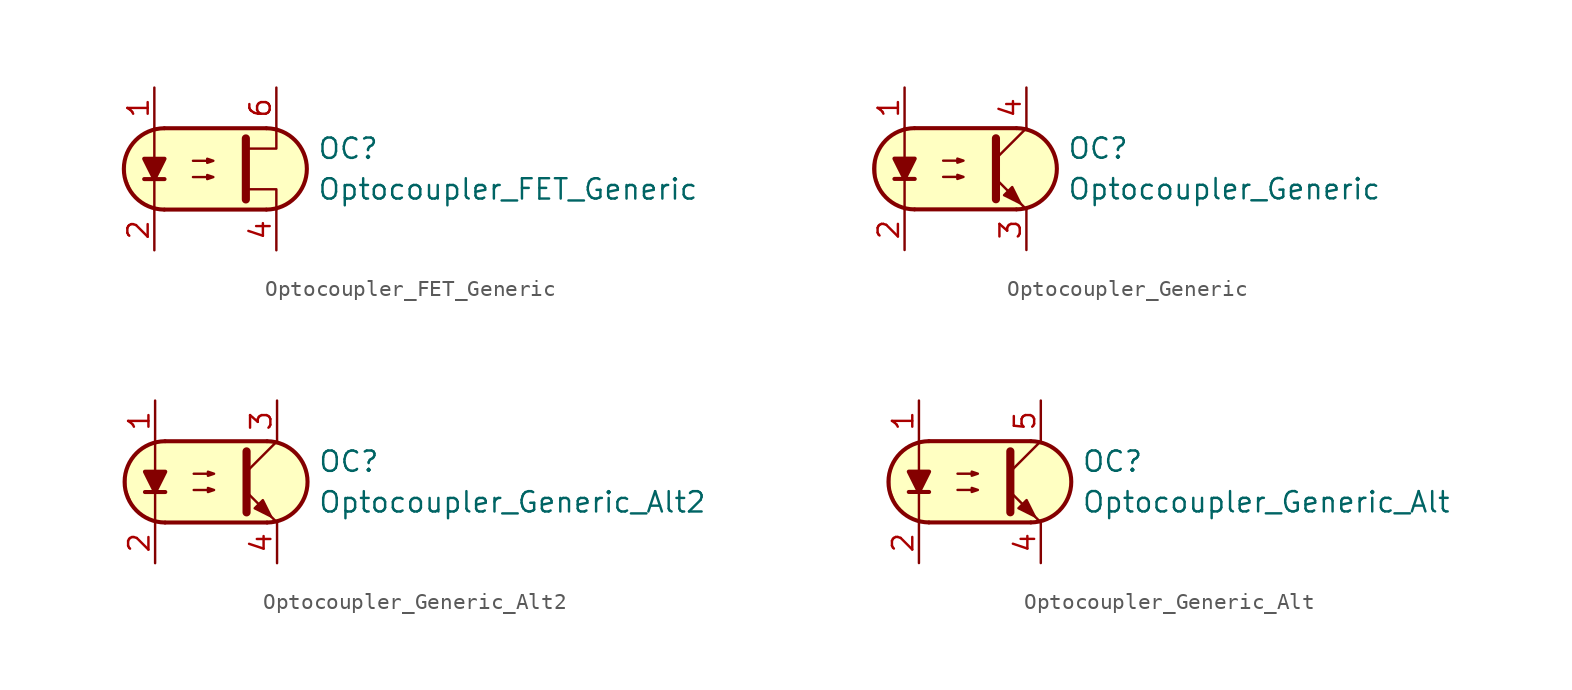
<source format=kicad_sym>
(kicad_symbol_lib
  (version 20211014)
  (generator kicad_symbol_editor)
  (symbol "Optocoupler_FET_Generic"
    (pin_names
      (offset 1.016))
    (property "Reference" "OC"
      (at 6.35 1.27 0)
      (effects (font (size 1.27 1.27)) (justify left)))
    (property "Value" "Optocoupler_FET_Generic"
      (at 6.35 -1.27 0)
      (effects (font (size 1.27 1.27)) (justify left)))
    (symbol "Optocoupler_FET_Generic_0_1"
      (arc (start -3.1975 2.54) (mid -5.7151 0) (end -3.1975 -2.54) (stroke (width 0.254) (type default) (color 0 0 0 0)) (fill (type none)))
      (polyline (pts (xy -4.445 -0.635) (xy -3.175 -0.635)) (stroke (width 0.254) (type default) (color 0 0 0 0)) (fill (type none)))
      (polyline (pts (xy -3.175 2.54) (xy 3.175 2.54)) (stroke (width 0.254) (type default) (color 0 0 0 0)) (fill (type none)))
      (polyline (pts (xy 3.175 -2.54) (xy -3.175 -2.54)) (stroke (width 0.254) (type default) (color 0 0 0 0)) (fill (type none)))
      (polyline (pts (xy -3.81 -2.54) (xy -3.81 -1.27) (xy -3.81 2.54)) (stroke (width 0.152) (type default) (color 0 0 0 0)) (fill (type none)))
      (polyline (pts (xy 1.905 -1.27) (xy 3.81 -1.27) (xy 3.81 -2.54)) (stroke (width 0.152) (type default) (color 0 0 0 0)) (fill (type none)))
      (polyline (pts (xy 1.905 1.27) (xy 3.81 1.27) (xy 3.81 2.54)) (stroke (width 0.152) (type default) (color 0 0 0 0)) (fill (type none)))
      (polyline (pts (xy 1.905 1.905) (xy 1.905 -1.905) (xy 1.905 -1.905)) (stroke (width 0.508) (type default) (color 0 0 0 0)) (fill (type none)))
      (polyline (pts (xy -3.81 -0.635) (xy -4.445 0.635) (xy -3.175 0.635) (xy -3.81 -0.635)) (stroke (width 0.254) (type default) (color 0 0 0 0)) (fill (type outline)))
      (polyline (pts (xy -1.397 -0.508) (xy -0.127 -0.508) (xy -0.508 -0.635) (xy -0.508 -0.381) (xy -0.127 -0.508)) (stroke (width 0) (type default) (color 0 0 0 0)) (fill (type none)))
      (polyline (pts (xy -1.397 0.508) (xy -0.127 0.508) (xy -0.508 0.381) (xy -0.508 0.635) (xy -0.127 0.508)) (stroke (width 0) (type default) (color 0 0 0 0)) (fill (type none)))
      (polyline (pts (xy -2.54 2.54) (xy 3.429 2.54) (xy 4.318 2.286) (xy 4.699 2.032) (xy 5.08 1.651) (xy 5.461 1.016) (xy 5.715 0.381) (xy 5.715 -0.381) (xy 5.461 -1.143) (xy 4.826 -1.905) (xy 4.191 -2.286) (xy 3.302 -2.54) (xy -3.81 -2.54) (xy -3.81 -2.54) (xy -4.572 -2.032) (xy -5.08 -1.778) (xy -5.588 -0.508) (xy -5.588 0.254) (xy -5.588 1.016) (xy -5.08 1.778) (xy -4.318 2.286) (xy -3.556 2.54) (xy -2.54 2.54)) (stroke (width 0.01) (type default) (color 0 0 0 0)) (fill (type background)))
      (arc (start 3.1975 -2.54) (mid 5.7151 0) (end 3.1975 2.54) (stroke (width 0.254) (type default) (color 0 0 0 0)) (fill (type none))))
    (symbol "Optocoupler_FET_Generic_1_1"
      (pin passive line (at -3.81 5.08 270) (length 2.54) (name "~" (effects (font (size 1.27 1.27)))) (number "1" (effects (font (size 1.27 1.27)))))
      (pin passive line (at -3.81 -5.08 90) (length 2.54) (name "~" (effects (font (size 1.27 1.27)))) (number "2" (effects (font (size 1.27 1.27)))))
      (pin passive line (at 3.81 -5.08 90) (length 2.54) (name "~" (effects (font (size 1.27 1.27)))) (number "4" (effects (font (size 1.27 1.27)))))
      (pin passive line (at 3.81 5.08 270) (length 2.54) (name "~" (effects (font (size 1.27 1.27)))) (number "6" (effects (font (size 1.27 1.27)))))))
  (symbol "Optocoupler_Generic"
    (pin_names
      (offset 1.016))
    (property "Reference" "OC"
      (at 6.35 1.27 0)
      (effects (font (size 1.27 1.27)) (justify left)))
    (property "Value" "Optocoupler_Generic"
      (at 6.35 -1.27 0)
      (effects (font (size 1.27 1.27)) (justify left)))
    (symbol "Optocoupler_Generic_0_1"
      (arc (start -3.1975 2.54) (mid -5.7151 0) (end -3.1975 -2.54) (stroke (width 0.254) (type default) (color 0 0 0 0)) (fill (type none)))
      (polyline (pts (xy -4.445 -0.635) (xy -3.175 -0.635)) (stroke (width 0.254) (type default) (color 0 0 0 0)) (fill (type none)))
      (polyline (pts (xy -3.175 2.54) (xy 3.175 2.54)) (stroke (width 0.254) (type default) (color 0 0 0 0)) (fill (type none)))
      (polyline (pts (xy 1.905 0.635) (xy 3.81 2.54)) (stroke (width 0) (type default) (color 0 0 0 0)) (fill (type none)))
      (polyline (pts (xy 3.175 -2.54) (xy -3.175 -2.54)) (stroke (width 0.254) (type default) (color 0 0 0 0)) (fill (type none)))
      (polyline (pts (xy 3.81 -2.54) (xy 1.905 -0.635)) (stroke (width 0) (type default) (color 0 0 0 0)) (fill (type outline)))
      (polyline (pts (xy -3.81 -2.54) (xy -3.81 -1.27) (xy -3.81 2.54)) (stroke (width 0.152) (type default) (color 0 0 0 0)) (fill (type none)))
      (polyline (pts (xy 1.905 1.905) (xy 1.905 -1.905) (xy 1.905 -1.905)) (stroke (width 0.508) (type default) (color 0 0 0 0)) (fill (type none)))
      (polyline (pts (xy -3.81 -0.635) (xy -4.445 0.635) (xy -3.175 0.635) (xy -3.81 -0.635)) (stroke (width 0.254) (type default) (color 0 0 0 0)) (fill (type outline)))
      (polyline (pts (xy -1.397 -0.508) (xy -0.127 -0.508) (xy -0.508 -0.635) (xy -0.508 -0.381) (xy -0.127 -0.508)) (stroke (width 0) (type default) (color 0 0 0 0)) (fill (type none)))
      (polyline (pts (xy -1.397 0.508) (xy -0.127 0.508) (xy -0.508 0.381) (xy -0.508 0.635) (xy -0.127 0.508)) (stroke (width 0) (type default) (color 0 0 0 0)) (fill (type none)))
      (polyline (pts (xy 2.413 -1.651) (xy 2.921 -1.143) (xy 3.429 -2.159) (xy 2.413 -1.651) (xy 2.413 -1.651)) (stroke (width 0) (type default) (color 0 0 0 0)) (fill (type outline)))
      (polyline (pts (xy -2.54 2.54) (xy 3.429 2.54) (xy 4.318 2.286) (xy 4.699 2.032) (xy 5.08 1.651) (xy 5.461 1.016) (xy 5.715 0.381) (xy 5.715 -0.381) (xy 5.461 -1.143) (xy 4.826 -1.905) (xy 4.191 -2.286) (xy 3.302 -2.54) (xy -3.81 -2.54) (xy -3.81 -2.54) (xy -4.572 -2.032) (xy -5.08 -1.778) (xy -5.588 -0.508) (xy -5.588 0.254) (xy -5.588 1.016) (xy -5.08 1.778) (xy -4.318 2.286) (xy -3.556 2.54) (xy -2.54 2.54)) (stroke (width 0.01) (type default) (color 0 0 0 0)) (fill (type background)))
      (arc (start 3.1975 -2.54) (mid 5.7151 0) (end 3.1975 2.54) (stroke (width 0.254) (type default) (color 0 0 0 0)) (fill (type none))))
    (symbol "Optocoupler_Generic_1_1"
      (pin passive line (at -3.81 5.08 270) (length 2.54) (name "~" (effects (font (size 1.27 1.27)))) (number "1" (effects (font (size 1.27 1.27)))))
      (pin passive line (at -3.81 -5.08 90) (length 2.54) (name "~" (effects (font (size 1.27 1.27)))) (number "2" (effects (font (size 1.27 1.27)))))
      (pin passive line (at 3.81 -5.08 90) (length 2.54) (name "~" (effects (font (size 1.27 1.27)))) (number "3" (effects (font (size 1.27 1.27)))))
      (pin passive line (at 3.81 5.08 270) (length 2.54) (name "~" (effects (font (size 1.27 1.27)))) (number "4" (effects (font (size 1.27 1.27)))))))
  (symbol "Optocoupler_Generic_Alt2"
    (pin_names
      (offset 1.016))
    (property "Reference" "OC"
      (at 6.35 1.27 0)
      (effects (font (size 1.27 1.27)) (justify left)))
    (property "Value" "Optocoupler_Generic_Alt2"
      (at 6.35 -1.27 0)
      (effects (font (size 1.27 1.27)) (justify left)))
    (symbol "Optocoupler_Generic_Alt2_0_1"
      (arc (start -3.1975 2.54) (mid -5.7151 0) (end -3.1975 -2.54) (stroke (width 0.254) (type default) (color 0 0 0 0)) (fill (type none)))
      (polyline (pts (xy -4.445 -0.635) (xy -3.175 -0.635)) (stroke (width 0.254) (type default) (color 0 0 0 0)) (fill (type none)))
      (polyline (pts (xy -3.175 2.54) (xy 3.175 2.54)) (stroke (width 0.254) (type default) (color 0 0 0 0)) (fill (type none)))
      (polyline (pts (xy 1.905 0.635) (xy 3.81 2.54)) (stroke (width 0) (type default) (color 0 0 0 0)) (fill (type none)))
      (polyline (pts (xy 3.175 -2.54) (xy -3.175 -2.54)) (stroke (width 0.254) (type default) (color 0 0 0 0)) (fill (type none)))
      (polyline (pts (xy 3.81 -2.54) (xy 1.905 -0.635)) (stroke (width 0) (type default) (color 0 0 0 0)) (fill (type outline)))
      (polyline (pts (xy -3.81 -2.54) (xy -3.81 -1.27) (xy -3.81 2.54)) (stroke (width 0.152) (type default) (color 0 0 0 0)) (fill (type none)))
      (polyline (pts (xy 1.905 1.905) (xy 1.905 -1.905) (xy 1.905 -1.905)) (stroke (width 0.508) (type default) (color 0 0 0 0)) (fill (type none)))
      (polyline (pts (xy -3.81 -0.635) (xy -4.445 0.635) (xy -3.175 0.635) (xy -3.81 -0.635)) (stroke (width 0.254) (type default) (color 0 0 0 0)) (fill (type outline)))
      (polyline (pts (xy -1.397 -0.508) (xy -0.127 -0.508) (xy -0.508 -0.635) (xy -0.508 -0.381) (xy -0.127 -0.508)) (stroke (width 0) (type default) (color 0 0 0 0)) (fill (type none)))
      (polyline (pts (xy -1.397 0.508) (xy -0.127 0.508) (xy -0.508 0.381) (xy -0.508 0.635) (xy -0.127 0.508)) (stroke (width 0) (type default) (color 0 0 0 0)) (fill (type none)))
      (polyline (pts (xy 2.413 -1.651) (xy 2.921 -1.143) (xy 3.429 -2.159) (xy 2.413 -1.651) (xy 2.413 -1.651)) (stroke (width 0) (type default) (color 0 0 0 0)) (fill (type outline)))
      (polyline (pts (xy -2.54 2.54) (xy 3.429 2.54) (xy 4.318 2.286) (xy 4.699 2.032) (xy 5.08 1.651) (xy 5.461 1.016) (xy 5.715 0.381) (xy 5.715 -0.381) (xy 5.461 -1.143) (xy 4.826 -1.905) (xy 4.191 -2.286) (xy 3.302 -2.54) (xy -3.81 -2.54) (xy -3.81 -2.54) (xy -4.572 -2.032) (xy -5.08 -1.778) (xy -5.588 -0.508) (xy -5.588 0.254) (xy -5.588 1.016) (xy -5.08 1.778) (xy -4.318 2.286) (xy -3.556 2.54) (xy -2.54 2.54)) (stroke (width 0.01) (type default) (color 0 0 0 0)) (fill (type background)))
      (arc (start 3.1975 -2.54) (mid 5.7151 0) (end 3.1975 2.54) (stroke (width 0.254) (type default) (color 0 0 0 0)) (fill (type none))))
    (symbol "Optocoupler_Generic_Alt2_1_1"
      (pin passive line (at -3.81 5.08 270) (length 2.54) (name "~" (effects (font (size 1.27 1.27)))) (number "1" (effects (font (size 1.27 1.27)))))
      (pin passive line (at -3.81 -5.08 90) (length 2.54) (name "~" (effects (font (size 1.27 1.27)))) (number "2" (effects (font (size 1.27 1.27)))))
      (pin passive line (at 3.81 5.08 270) (length 2.54) (name "~" (effects (font (size 1.27 1.27)))) (number "3" (effects (font (size 1.27 1.27)))))
      (pin passive line (at 3.81 -5.08 90) (length 2.54) (name "~" (effects (font (size 1.27 1.27)))) (number "4" (effects (font (size 1.27 1.27)))))))
  (symbol "Optocoupler_Generic_Alt"
    (pin_names
      (offset 1.016))
    (property "Reference" "OC"
      (at 6.35 1.27 0)
      (effects (font (size 1.27 1.27)) (justify left)))
    (property "Value" "Optocoupler_Generic_Alt"
      (at 6.35 -1.27 0)
      (effects (font (size 1.27 1.27)) (justify left)))
    (symbol "Optocoupler_Generic_Alt_0_1"
      (arc (start -3.1975 2.54) (mid -5.7151 0) (end -3.1975 -2.54) (stroke (width 0.254) (type default) (color 0 0 0 0)) (fill (type none)))
      (polyline (pts (xy -4.445 -0.635) (xy -3.175 -0.635)) (stroke (width 0.254) (type default) (color 0 0 0 0)) (fill (type none)))
      (polyline (pts (xy -3.175 2.54) (xy 3.175 2.54)) (stroke (width 0.254) (type default) (color 0 0 0 0)) (fill (type none)))
      (polyline (pts (xy 1.905 0.635) (xy 3.81 2.54)) (stroke (width 0) (type default) (color 0 0 0 0)) (fill (type none)))
      (polyline (pts (xy 3.175 -2.54) (xy -3.175 -2.54)) (stroke (width 0.254) (type default) (color 0 0 0 0)) (fill (type none)))
      (polyline (pts (xy 3.81 -2.54) (xy 1.905 -0.635)) (stroke (width 0) (type default) (color 0 0 0 0)) (fill (type outline)))
      (polyline (pts (xy -3.81 -2.54) (xy -3.81 -1.27) (xy -3.81 2.54)) (stroke (width 0.152) (type default) (color 0 0 0 0)) (fill (type none)))
      (polyline (pts (xy 1.905 1.905) (xy 1.905 -1.905) (xy 1.905 -1.905)) (stroke (width 0.508) (type default) (color 0 0 0 0)) (fill (type none)))
      (polyline (pts (xy -3.81 -0.635) (xy -4.445 0.635) (xy -3.175 0.635) (xy -3.81 -0.635)) (stroke (width 0.254) (type default) (color 0 0 0 0)) (fill (type outline)))
      (polyline (pts (xy -1.397 -0.508) (xy -0.127 -0.508) (xy -0.508 -0.635) (xy -0.508 -0.381) (xy -0.127 -0.508)) (stroke (width 0) (type default) (color 0 0 0 0)) (fill (type none)))
      (polyline (pts (xy -1.397 0.508) (xy -0.127 0.508) (xy -0.508 0.381) (xy -0.508 0.635) (xy -0.127 0.508)) (stroke (width 0) (type default) (color 0 0 0 0)) (fill (type none)))
      (polyline (pts (xy 2.413 -1.651) (xy 2.921 -1.143) (xy 3.429 -2.159) (xy 2.413 -1.651) (xy 2.413 -1.651)) (stroke (width 0) (type default) (color 0 0 0 0)) (fill (type outline)))
      (polyline (pts (xy -2.54 2.54) (xy 3.429 2.54) (xy 4.318 2.286) (xy 4.699 2.032) (xy 5.08 1.651) (xy 5.461 1.016) (xy 5.715 0.381) (xy 5.715 -0.381) (xy 5.461 -1.143) (xy 4.826 -1.905) (xy 4.191 -2.286) (xy 3.302 -2.54) (xy -3.81 -2.54) (xy -3.81 -2.54) (xy -4.572 -2.032) (xy -5.08 -1.778) (xy -5.588 -0.508) (xy -5.588 0.254) (xy -5.588 1.016) (xy -5.08 1.778) (xy -4.318 2.286) (xy -3.556 2.54) (xy -2.54 2.54)) (stroke (width 0.01) (type default) (color 0 0 0 0)) (fill (type background)))
      (arc (start 3.1975 -2.54) (mid 5.7151 0) (end 3.1975 2.54) (stroke (width 0.254) (type default) (color 0 0 0 0)) (fill (type none))))
    (symbol "Optocoupler_Generic_Alt_1_1"
      (pin passive line (at -3.81 5.08 270) (length 2.54) (name "~" (effects (font (size 1.27 1.27)))) (number "1" (effects (font (size 1.27 1.27)))))
      (pin passive line (at -3.81 -5.08 90) (length 2.54) (name "~" (effects (font (size 1.27 1.27)))) (number "2" (effects (font (size 1.27 1.27)))))
      (pin passive line (at 3.81 -5.08 90) (length 2.54) (name "~" (effects (font (size 1.27 1.27)))) (number "4" (effects (font (size 1.27 1.27)))))
      (pin passive line (at 3.81 5.08 270) (length 2.54) (name "~" (effects (font (size 1.27 1.27)))) (number "5" (effects (font (size 1.27 1.27))))))))
</source>
